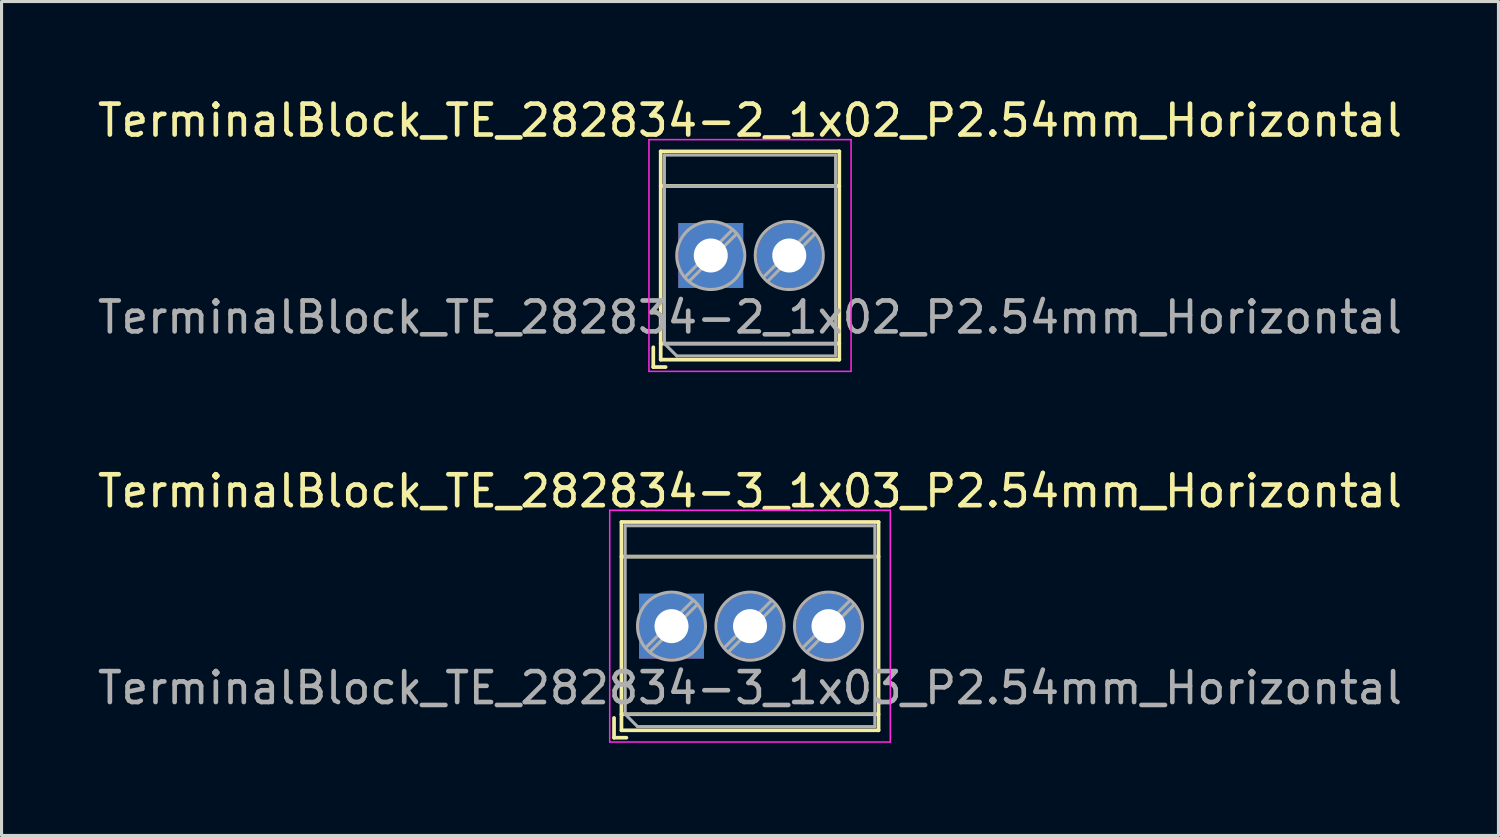
<source format=kicad_pcb>
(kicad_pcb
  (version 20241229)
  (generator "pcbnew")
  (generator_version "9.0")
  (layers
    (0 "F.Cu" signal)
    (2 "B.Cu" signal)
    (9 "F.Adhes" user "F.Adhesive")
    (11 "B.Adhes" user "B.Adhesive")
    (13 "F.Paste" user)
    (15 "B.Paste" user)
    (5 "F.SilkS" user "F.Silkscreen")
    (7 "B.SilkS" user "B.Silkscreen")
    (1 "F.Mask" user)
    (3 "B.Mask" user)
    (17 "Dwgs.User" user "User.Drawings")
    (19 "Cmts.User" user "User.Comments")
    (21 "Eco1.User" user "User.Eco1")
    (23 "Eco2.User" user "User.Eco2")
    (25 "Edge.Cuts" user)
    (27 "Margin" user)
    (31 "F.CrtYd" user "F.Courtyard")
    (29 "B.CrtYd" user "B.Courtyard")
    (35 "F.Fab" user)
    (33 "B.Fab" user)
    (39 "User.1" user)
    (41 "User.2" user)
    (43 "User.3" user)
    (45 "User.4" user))
  (footprint "TerminalBlock_TE_282834-3_1x03_P2.54mm_Horizontal"
    (layer "F.Cu")
    (at 18.68 17.212)
    (property "Reference" "TerminalBlock_TE_282834-3_1x03_P2.54mm_Horizontal" (at 2.54 -4.37 0) (layer "F.SilkS") (effects (font (size 1 1) (thickness 0.15))))
    (attr through_hole)
    (fp_line (start -1.86 2.97) (end -1.86 3.61) (stroke (width 0.12) (type solid)) (layer "F.SilkS"))
    (fp_line (start -1.86 3.61) (end -1.46 3.61) (stroke (width 0.12) (type solid)) (layer "F.SilkS"))
    (fp_line (start -1.62 -3.37) (end -1.62 3.37) (stroke (width 0.12) (type solid)) (layer "F.SilkS"))
    (fp_line (start -1.62 -3.37) (end 6.7 -3.37) (stroke (width 0.12) (type solid)) (layer "F.SilkS"))
    (fp_line (start -1.62 -2.25) (end 6.7 -2.25) (stroke (width 0.12) (type solid)) (layer "F.SilkS"))
    (fp_line (start -1.62 2.85) (end 6.7 2.85) (stroke (width 0.12) (type solid)) (layer "F.SilkS"))
    (fp_line (start -1.62 3.37) (end 6.7 3.37) (stroke (width 0.12) (type solid)) (layer "F.SilkS"))
    (fp_line (start 6.7 -3.37) (end 6.7 3.37) (stroke (width 0.12) (type solid)) (layer "F.SilkS"))
    (fp_line (start -2 -3.75) (end -2 3.75) (stroke (width 0.05) (type solid)) (layer "F.CrtYd"))
    (fp_line (start -2 3.75) (end 7.08 3.75) (stroke (width 0.05) (type solid)) (layer "F.CrtYd"))
    (fp_line (start 7.08 -3.75) (end -2 -3.75) (stroke (width 0.05) (type solid)) (layer "F.CrtYd"))
    (fp_line (start 7.08 3.75) (end 7.08 -3.75) (stroke (width 0.05) (type solid)) (layer "F.CrtYd"))
    (fp_line (start -1.5 -3.25) (end 6.58 -3.25) (stroke (width 0.1) (type solid)) (layer "F.Fab"))
    (fp_line (start -1.5 -2.25) (end 6.58 -2.25) (stroke (width 0.1) (type solid)) (layer "F.Fab"))
    (fp_line (start -1.5 2.85) (end -1.5 -3.25) (stroke (width 0.1) (type solid)) (layer "F.Fab"))
    (fp_line (start -1.5 2.85) (end 6.58 2.85) (stroke (width 0.1) (type solid)) (layer "F.Fab"))
    (fp_line (start -1.1 3.25) (end -1.5 2.85) (stroke (width 0.1) (type solid)) (layer "F.Fab"))
    (fp_line (start 0.701 -0.835) (end -0.835 0.7) (stroke (width 0.1) (type solid)) (layer "F.Fab"))
    (fp_line (start 0.835 -0.7) (end -0.701 0.835) (stroke (width 0.1) (type solid)) (layer "F.Fab"))
    (fp_line (start 3.241 -0.835) (end 1.706 0.7) (stroke (width 0.1) (type solid)) (layer "F.Fab"))
    (fp_line (start 3.375 -0.7) (end 1.84 0.835) (stroke (width 0.1) (type solid)) (layer "F.Fab"))
    (fp_line (start 5.781 -0.835) (end 4.246 0.7) (stroke (width 0.1) (type solid)) (layer "F.Fab"))
    (fp_line (start 5.915 -0.7) (end 4.38 0.835) (stroke (width 0.1) (type solid)) (layer "F.Fab"))
    (fp_line (start 6.58 -3.25) (end 6.58 3.25) (stroke (width 0.1) (type solid)) (layer "F.Fab"))
    (fp_line (start 6.58 3.25) (end -1.1 3.25) (stroke (width 0.1) (type solid)) (layer "F.Fab"))
    (fp_circle (center 0 0) (end 1.1 0) (stroke (width 0.1) (type solid)) (fill no) (layer "F.Fab"))
    (fp_circle (center 2.54 0) (end 3.64 0) (stroke (width 0.1) (type solid)) (fill no) (layer "F.Fab"))
    (fp_circle (center 5.08 0) (end 6.18 0) (stroke (width 0.1) (type solid)) (fill no) (layer "F.Fab"))
    (fp_text user "${REFERENCE}" (at 2.54 2 0) (layer "F.Fab") (effects (font (size 1 1) (thickness 0.15))))
    (pad "1" thru_hole rect (at 0 0) (size 2.1 2.1) (drill 1.1) (layers "*.Cu" "*.Mask"))
    (pad "2" thru_hole circle (at 2.54 0) (size 2.1 2.1) (drill 1.1) (layers "*.Cu" "*.Mask"))
    (pad "3" thru_hole circle (at 5.08 0) (size 2.1 2.1) (drill 1.1) (layers "*.Cu" "*.Mask")))
  (footprint "TerminalBlock_TE_282834-2_1x02_P2.54mm_Horizontal"
    (layer "F.Cu")
    (at 19.95 5.218)
    (property "Reference" "TerminalBlock_TE_282834-2_1x02_P2.54mm_Horizontal" (at 1.27 -4.37 0) (layer "F.SilkS") (effects (font (size 1 1) (thickness 0.15))))
    (attr through_hole)
    (fp_line (start -1.86 2.97) (end -1.86 3.61) (stroke (width 0.12) (type solid)) (layer "F.SilkS"))
    (fp_line (start -1.86 3.61) (end -1.46 3.61) (stroke (width 0.12) (type solid)) (layer "F.SilkS"))
    (fp_line (start -1.62 -3.37) (end -1.62 3.37) (stroke (width 0.12) (type solid)) (layer "F.SilkS"))
    (fp_line (start -1.62 -3.37) (end 4.16 -3.37) (stroke (width 0.12) (type solid)) (layer "F.SilkS"))
    (fp_line (start -1.62 -2.25) (end 4.16 -2.25) (stroke (width 0.12) (type solid)) (layer "F.SilkS"))
    (fp_line (start -1.62 2.85) (end 4.16 2.85) (stroke (width 0.12) (type solid)) (layer "F.SilkS"))
    (fp_line (start -1.62 3.37) (end 4.16 3.37) (stroke (width 0.12) (type solid)) (layer "F.SilkS"))
    (fp_line (start 4.16 -3.37) (end 4.16 3.37) (stroke (width 0.12) (type solid)) (layer "F.SilkS"))
    (fp_line (start -2 -3.75) (end -2 3.75) (stroke (width 0.05) (type solid)) (layer "F.CrtYd"))
    (fp_line (start -2 3.75) (end 4.54 3.75) (stroke (width 0.05) (type solid)) (layer "F.CrtYd"))
    (fp_line (start 4.54 -3.75) (end -2 -3.75) (stroke (width 0.05) (type solid)) (layer "F.CrtYd"))
    (fp_line (start 4.54 3.75) (end 4.54 -3.75) (stroke (width 0.05) (type solid)) (layer "F.CrtYd"))
    (fp_line (start -1.5 -3.25) (end 4.04 -3.25) (stroke (width 0.1) (type solid)) (layer "F.Fab"))
    (fp_line (start -1.5 -2.25) (end 4.04 -2.25) (stroke (width 0.1) (type solid)) (layer "F.Fab"))
    (fp_line (start -1.5 2.85) (end -1.5 -3.25) (stroke (width 0.1) (type solid)) (layer "F.Fab"))
    (fp_line (start -1.5 2.85) (end 4.04 2.85) (stroke (width 0.1) (type solid)) (layer "F.Fab"))
    (fp_line (start -1.1 3.25) (end -1.5 2.85) (stroke (width 0.1) (type solid)) (layer "F.Fab"))
    (fp_line (start 0.701 -0.835) (end -0.835 0.7) (stroke (width 0.1) (type solid)) (layer "F.Fab"))
    (fp_line (start 0.835 -0.7) (end -0.701 0.835) (stroke (width 0.1) (type solid)) (layer "F.Fab"))
    (fp_line (start 3.241 -0.835) (end 1.706 0.7) (stroke (width 0.1) (type solid)) (layer "F.Fab"))
    (fp_line (start 3.375 -0.7) (end 1.84 0.835) (stroke (width 0.1) (type solid)) (layer "F.Fab"))
    (fp_line (start 4.04 -3.25) (end 4.04 3.25) (stroke (width 0.1) (type solid)) (layer "F.Fab"))
    (fp_line (start 4.04 3.25) (end -1.1 3.25) (stroke (width 0.1) (type solid)) (layer "F.Fab"))
    (fp_circle (center 0 0) (end 1.1 0) (stroke (width 0.1) (type solid)) (fill no) (layer "F.Fab"))
    (fp_circle (center 2.54 0) (end 3.64 0) (stroke (width 0.1) (type solid)) (fill no) (layer "F.Fab"))
    (fp_text user "${REFERENCE}" (at 1.27 2 0) (layer "F.Fab") (effects (font (size 1 1) (thickness 0.15))))
    (pad "1" thru_hole rect (at 0 0) (size 2.1 2.1) (drill 1.1) (layers "*.Cu" "*.Mask"))
    (pad "2" thru_hole circle (at 2.54 0) (size 2.1 2.1) (drill 1.1) (layers "*.Cu" "*.Mask")))
  (gr_rect
    (start -3 -3)
    (end 45.44 23.986)
    (stroke (width 0.1) (type default))
    (fill no)
    (layer "Edge.Cuts")))
</source>
